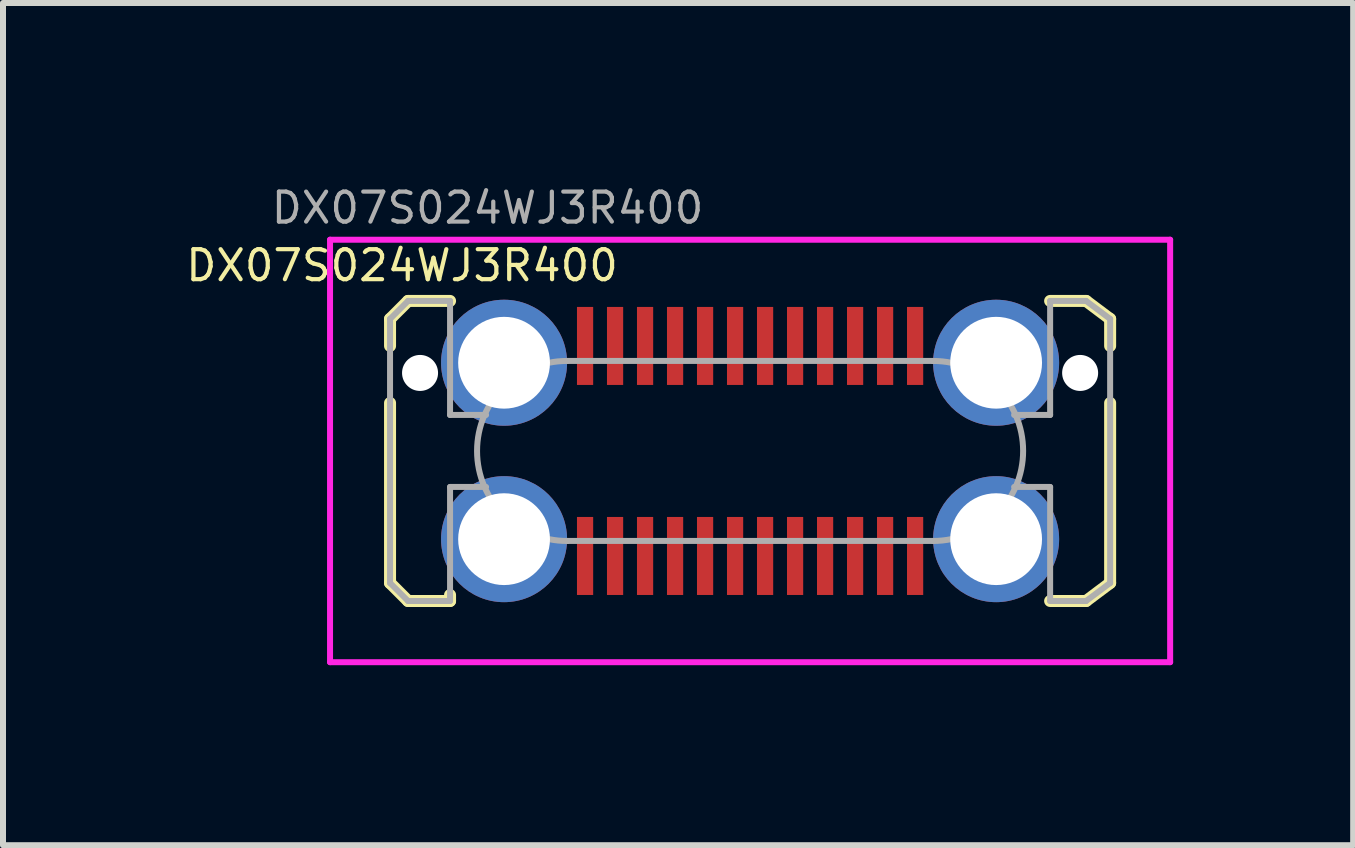
<source format=kicad_pcb>
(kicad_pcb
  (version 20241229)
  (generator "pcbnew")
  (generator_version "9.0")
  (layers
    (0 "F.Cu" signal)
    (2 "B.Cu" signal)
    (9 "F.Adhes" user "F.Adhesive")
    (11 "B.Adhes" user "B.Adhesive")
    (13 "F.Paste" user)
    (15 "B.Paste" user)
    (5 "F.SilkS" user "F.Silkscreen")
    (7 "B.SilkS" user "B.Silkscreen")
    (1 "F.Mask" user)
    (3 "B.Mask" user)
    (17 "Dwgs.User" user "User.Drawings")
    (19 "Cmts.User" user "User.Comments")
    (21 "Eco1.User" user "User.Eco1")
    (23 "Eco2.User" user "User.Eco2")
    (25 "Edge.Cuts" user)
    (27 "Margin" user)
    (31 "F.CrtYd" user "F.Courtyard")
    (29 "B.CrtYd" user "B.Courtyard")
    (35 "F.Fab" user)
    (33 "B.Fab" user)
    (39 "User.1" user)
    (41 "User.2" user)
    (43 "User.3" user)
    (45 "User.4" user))
  (footprint "DX07S024WJ3R400"
    (layer "F.Cu")
    (at 9.45 4.465)
    (property "Reference" "DX07S024WJ3R400" (at -5.8 -3.09 0) (layer "F.SilkS") (effects (font (size 0.5 0.5) (thickness 0.07))))
    (attr through_hole)
    (fp_line (start -6 -2.2) (end -6 -1.75) (stroke (width 0.2) (type solid)) (layer "F.SilkS"))
    (fp_line (start -6 -0.8) (end -6 2.2) (stroke (width 0.2) (type solid)) (layer "F.SilkS"))
    (fp_line (start -6 2.2) (end -5.7 2.5) (stroke (width 0.2) (type solid)) (layer "F.SilkS"))
    (fp_line (start -5.7 -2.5) (end -6 -2.2) (stroke (width 0.2) (type solid)) (layer "F.SilkS"))
    (fp_line (start -5.7 2.5) (end -5 2.5) (stroke (width 0.2) (type solid)) (layer "F.SilkS"))
    (fp_line (start -5 -2.5) (end -5.7 -2.5) (stroke (width 0.2) (type solid)) (layer "F.SilkS"))
    (fp_line (start -5 2.5) (end -5 2.4) (stroke (width 0.2) (type solid)) (layer "F.SilkS"))
    (fp_line (start 5 -2.5) (end 5.6 -2.5) (stroke (width 0.2) (type solid)) (layer "F.SilkS"))
    (fp_line (start 5.6 -2.5) (end 6 -2.2) (stroke (width 0.2) (type solid)) (layer "F.SilkS"))
    (fp_line (start 5.6 2.5) (end 5 2.5) (stroke (width 0.2) (type solid)) (layer "F.SilkS"))
    (fp_line (start 6 -2.2) (end 6 -1.75) (stroke (width 0.2) (type solid)) (layer "F.SilkS"))
    (fp_line (start 6 -0.8) (end 6 2.2) (stroke (width 0.2) (type solid)) (layer "F.SilkS"))
    (fp_line (start 6 2.2) (end 5.6 2.5) (stroke (width 0.2) (type solid)) (layer "F.SilkS"))
    (fp_line (start -7 -3.52) (end 7 -3.52) (stroke (width 0.1) (type solid)) (layer "F.CrtYd"))
    (fp_line (start -7 3.52) (end -7 -3.52) (stroke (width 0.1) (type solid)) (layer "F.CrtYd"))
    (fp_line (start 7 -3.52) (end 7 3.52) (stroke (width 0.1) (type solid)) (layer "F.CrtYd"))
    (fp_line (start 7 3.52) (end -7 3.52) (stroke (width 0.1) (type solid)) (layer "F.CrtYd"))
    (fp_line (start -6 -2.2) (end -6 2.2) (stroke (width 0.1) (type solid)) (layer "F.Fab"))
    (fp_line (start -6 2.2) (end -5.7 2.5) (stroke (width 0.1) (type solid)) (layer "F.Fab"))
    (fp_line (start -5.7 -2.5) (end -6 -2.2) (stroke (width 0.1) (type solid)) (layer "F.Fab"))
    (fp_line (start -5.7 2.5) (end -5 2.5) (stroke (width 0.1) (type solid)) (layer "F.Fab"))
    (fp_line (start -5 -2.5) (end -5.7 -2.5) (stroke (width 0.1) (type solid)) (layer "F.Fab"))
    (fp_line (start -5 -0.6) (end -5 -2.5) (stroke (width 0.1) (type solid)) (layer "F.Fab"))
    (fp_line (start -5 0.6) (end -4.4 0.6) (stroke (width 0.1) (type solid)) (layer "F.Fab"))
    (fp_line (start -5 2.5) (end -5 0.6) (stroke (width 0.1) (type solid)) (layer "F.Fab"))
    (fp_line (start -4.4 -0.6) (end -5 -0.6) (stroke (width 0.1) (type solid)) (layer "F.Fab"))
    (fp_line (start -3.05 -1.5) (end 3.05 -1.5) (stroke (width 0.1) (type solid)) (layer "F.Fab"))
    (fp_line (start -3.05 1.5) (end -3.05 1.5) (stroke (width 0.1) (type solid)) (layer "F.Fab"))
    (fp_line (start 0 1.5) (end -3.05 1.5) (stroke (width 0.1) (type solid)) (layer "F.Fab"))
    (fp_line (start 3.05 -1.5) (end 3.05 -1.5) (stroke (width 0.1) (type solid)) (layer "F.Fab"))
    (fp_line (start 3.05 1.5) (end 0 1.5) (stroke (width 0.1) (type solid)) (layer "F.Fab"))
    (fp_line (start 4.4 -0.6) (end 5 -0.6) (stroke (width 0.1) (type solid)) (layer "F.Fab"))
    (fp_line (start 5 -2.5) (end 5.6 -2.5) (stroke (width 0.1) (type solid)) (layer "F.Fab"))
    (fp_line (start 5 -0.6) (end 5 -2.5) (stroke (width 0.1) (type solid)) (layer "F.Fab"))
    (fp_line (start 5 0.6) (end 4.4 0.6) (stroke (width 0.1) (type solid)) (layer "F.Fab"))
    (fp_line (start 5 2.5) (end 5 0.6) (stroke (width 0.1) (type solid)) (layer "F.Fab"))
    (fp_line (start 5.6 -2.5) (end 6 -2.2) (stroke (width 0.1) (type solid)) (layer "F.Fab"))
    (fp_line (start 5.6 2.5) (end 5 2.5) (stroke (width 0.1) (type solid)) (layer "F.Fab"))
    (fp_line (start 6 -2.2) (end 6 2.2) (stroke (width 0.1) (type solid)) (layer "F.Fab"))
    (fp_line (start 6 2.2) (end 5.6 2.5) (stroke (width 0.1) (type solid)) (layer "F.Fab"))
    (fp_arc (start -3.05 1.5) (mid -4.55 0) (end -3.05 -1.5) (stroke (width 0.1) (type solid)) (layer "F.Fab"))
    (fp_arc (start 3.05 -1.5) (mid 4.55 0) (end 3.05 1.5) (stroke (width 0.1) (type solid)) (layer "F.Fab"))
    (fp_text user "${REFERENCE}" (at -4.375 -4.05 0) (layer "F.Fab") (effects (font (size 0.5 0.5) (thickness 0.07))))
    (pad "" np_thru_hole circle (at -5.5 -1.3) (size 0.6 0.6) (drill 0.6) (layers "*.Cu" "*.Mask"))
    (pad "" np_thru_hole circle (at 5.5 -1.3) (size 0.6 0.6) (drill 0.6) (layers "*.Cu" "*.Mask"))
    (pad "A1" smd rect (at -2.75 -1.75) (size 0.27 1.3) (layers "F.Cu" "F.Mask" "F.Paste"))
    (pad "A2" smd rect (at -2.25 -1.75) (size 0.27 1.3) (layers "F.Cu" "F.Mask" "F.Paste"))
    (pad "A3" smd rect (at -1.75 -1.75) (size 0.27 1.3) (layers "F.Cu" "F.Mask" "F.Paste"))
    (pad "A4" smd rect (at -1.25 -1.75) (size 0.27 1.3) (layers "F.Cu" "F.Mask" "F.Paste"))
    (pad "A5" smd rect (at -0.75 -1.75) (size 0.27 1.3) (layers "F.Cu" "F.Mask" "F.Paste"))
    (pad "A6" smd rect (at -0.25 -1.75) (size 0.27 1.3) (layers "F.Cu" "F.Mask" "F.Paste"))
    (pad "A7" smd rect (at 0.25 -1.75) (size 0.27 1.3) (layers "F.Cu" "F.Mask" "F.Paste"))
    (pad "A8" smd rect (at 0.75 -1.75) (size 0.27 1.3) (layers "F.Cu" "F.Mask" "F.Paste"))
    (pad "A9" smd rect (at 1.25 -1.75) (size 0.27 1.3) (layers "F.Cu" "F.Mask" "F.Paste"))
    (pad "A10" smd rect (at 1.75 -1.75) (size 0.27 1.3) (layers "F.Cu" "F.Mask" "F.Paste"))
    (pad "A11" smd rect (at 2.25 -1.75) (size 0.27 1.3) (layers "F.Cu" "F.Mask" "F.Paste"))
    (pad "A12" smd rect (at 2.75 -1.75) (size 0.27 1.3) (layers "F.Cu" "F.Mask" "F.Paste"))
    (pad "B1" smd rect (at 2.75 1.75) (size 0.27 1.3) (layers "F.Cu" "F.Mask" "F.Paste"))
    (pad "B2" smd rect (at 2.25 1.75) (size 0.27 1.3) (layers "F.Cu" "F.Mask" "F.Paste"))
    (pad "B3" smd rect (at 1.75 1.75) (size 0.27 1.3) (layers "F.Cu" "F.Mask" "F.Paste"))
    (pad "B4" smd rect (at 1.25 1.75) (size 0.27 1.3) (layers "F.Cu" "F.Mask" "F.Paste"))
    (pad "B5" smd rect (at 0.75 1.75) (size 0.27 1.3) (layers "F.Cu" "F.Mask" "F.Paste"))
    (pad "B6" smd rect (at 0.25 1.75) (size 0.27 1.3) (layers "F.Cu" "F.Mask" "F.Paste"))
    (pad "B7" smd rect (at -0.25 1.75) (size 0.27 1.3) (layers "F.Cu" "F.Mask" "F.Paste"))
    (pad "B8" smd rect (at -0.75 1.75) (size 0.27 1.3) (layers "F.Cu" "F.Mask" "F.Paste"))
    (pad "B9" smd rect (at -1.25 1.75) (size 0.27 1.3) (layers "F.Cu" "F.Mask" "F.Paste"))
    (pad "B10" smd rect (at -1.75 1.75) (size 0.27 1.3) (layers "F.Cu" "F.Mask" "F.Paste"))
    (pad "B11" smd rect (at -2.25 1.75) (size 0.27 1.3) (layers "F.Cu" "F.Mask" "F.Paste"))
    (pad "B12" smd rect (at -2.75 1.75) (size 0.27 1.3) (layers "F.Cu" "F.Mask" "F.Paste"))
    (pad "MH1" thru_hole circle (at -4.1 -1.47) (size 2.1 2.1) (drill 1.53) (layers "*.Cu" "*.Mask"))
    (pad "MH2" thru_hole circle (at 4.1 -1.47) (size 2.1 2.1) (drill 1.53) (layers "*.Cu" "*.Mask"))
    (pad "MH3" thru_hole circle (at 4.1 1.47) (size 2.1 2.1) (drill 1.53) (layers "*.Cu" "*.Mask"))
    (pad "MH4" thru_hole circle (at -4.1 1.47) (size 2.1 2.1) (drill 1.53) (layers "*.Cu" "*.Mask")))
  (gr_rect
    (start -3 -3)
    (end 19.5 11.035)
    (stroke (width 0.1) (type default))
    (fill no)
    (layer "Edge.Cuts")))
</source>
